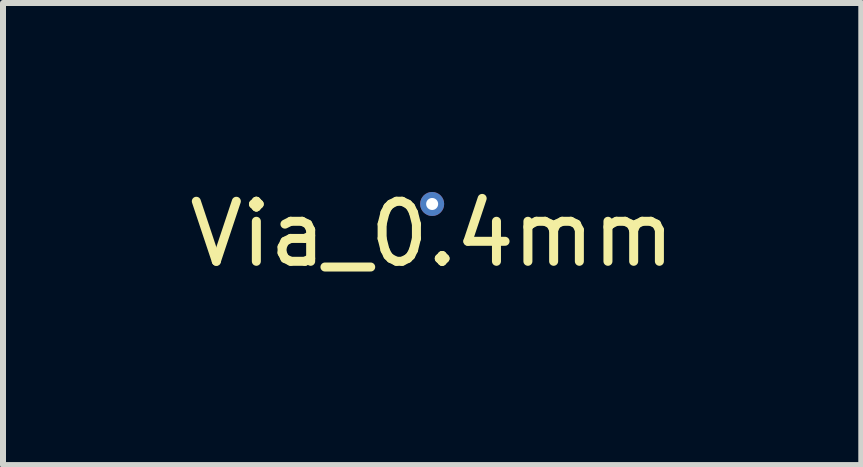
<source format=kicad_pcb>
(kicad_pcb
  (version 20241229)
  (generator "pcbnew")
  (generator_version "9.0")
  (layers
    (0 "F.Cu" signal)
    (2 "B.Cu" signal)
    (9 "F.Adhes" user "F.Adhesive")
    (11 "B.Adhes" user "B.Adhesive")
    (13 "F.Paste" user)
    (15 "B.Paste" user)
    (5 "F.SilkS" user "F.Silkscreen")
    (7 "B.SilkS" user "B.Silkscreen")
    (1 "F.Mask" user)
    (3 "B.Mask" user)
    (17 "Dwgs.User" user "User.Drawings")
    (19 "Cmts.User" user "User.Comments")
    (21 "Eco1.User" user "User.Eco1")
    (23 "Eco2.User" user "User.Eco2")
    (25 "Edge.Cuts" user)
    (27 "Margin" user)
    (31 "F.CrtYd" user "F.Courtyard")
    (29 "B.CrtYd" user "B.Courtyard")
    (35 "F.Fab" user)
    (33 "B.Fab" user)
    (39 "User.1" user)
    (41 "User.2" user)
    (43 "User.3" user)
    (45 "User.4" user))
  (footprint "Via_0.4mm"
    (layer "F.Cu")
    (at 4.149 0.348)
    (property "Reference" "Via_0.4mm" (at 0 0.5 0) (layer "F.SilkS") (effects (font (size 1 1) (thickness 0.15))))
    (attr through_hole)
    (pad "" thru_hole circle (at 0 0) (size 0.4 0.4) (drill 0.2) (layers "*.Cu" "*.Mask")))
  (gr_rect
    (start -3 -3)
    (end 11.298 4.697)
    (stroke (width 0.1) (type default))
    (fill no)
    (layer "Edge.Cuts")))
</source>
